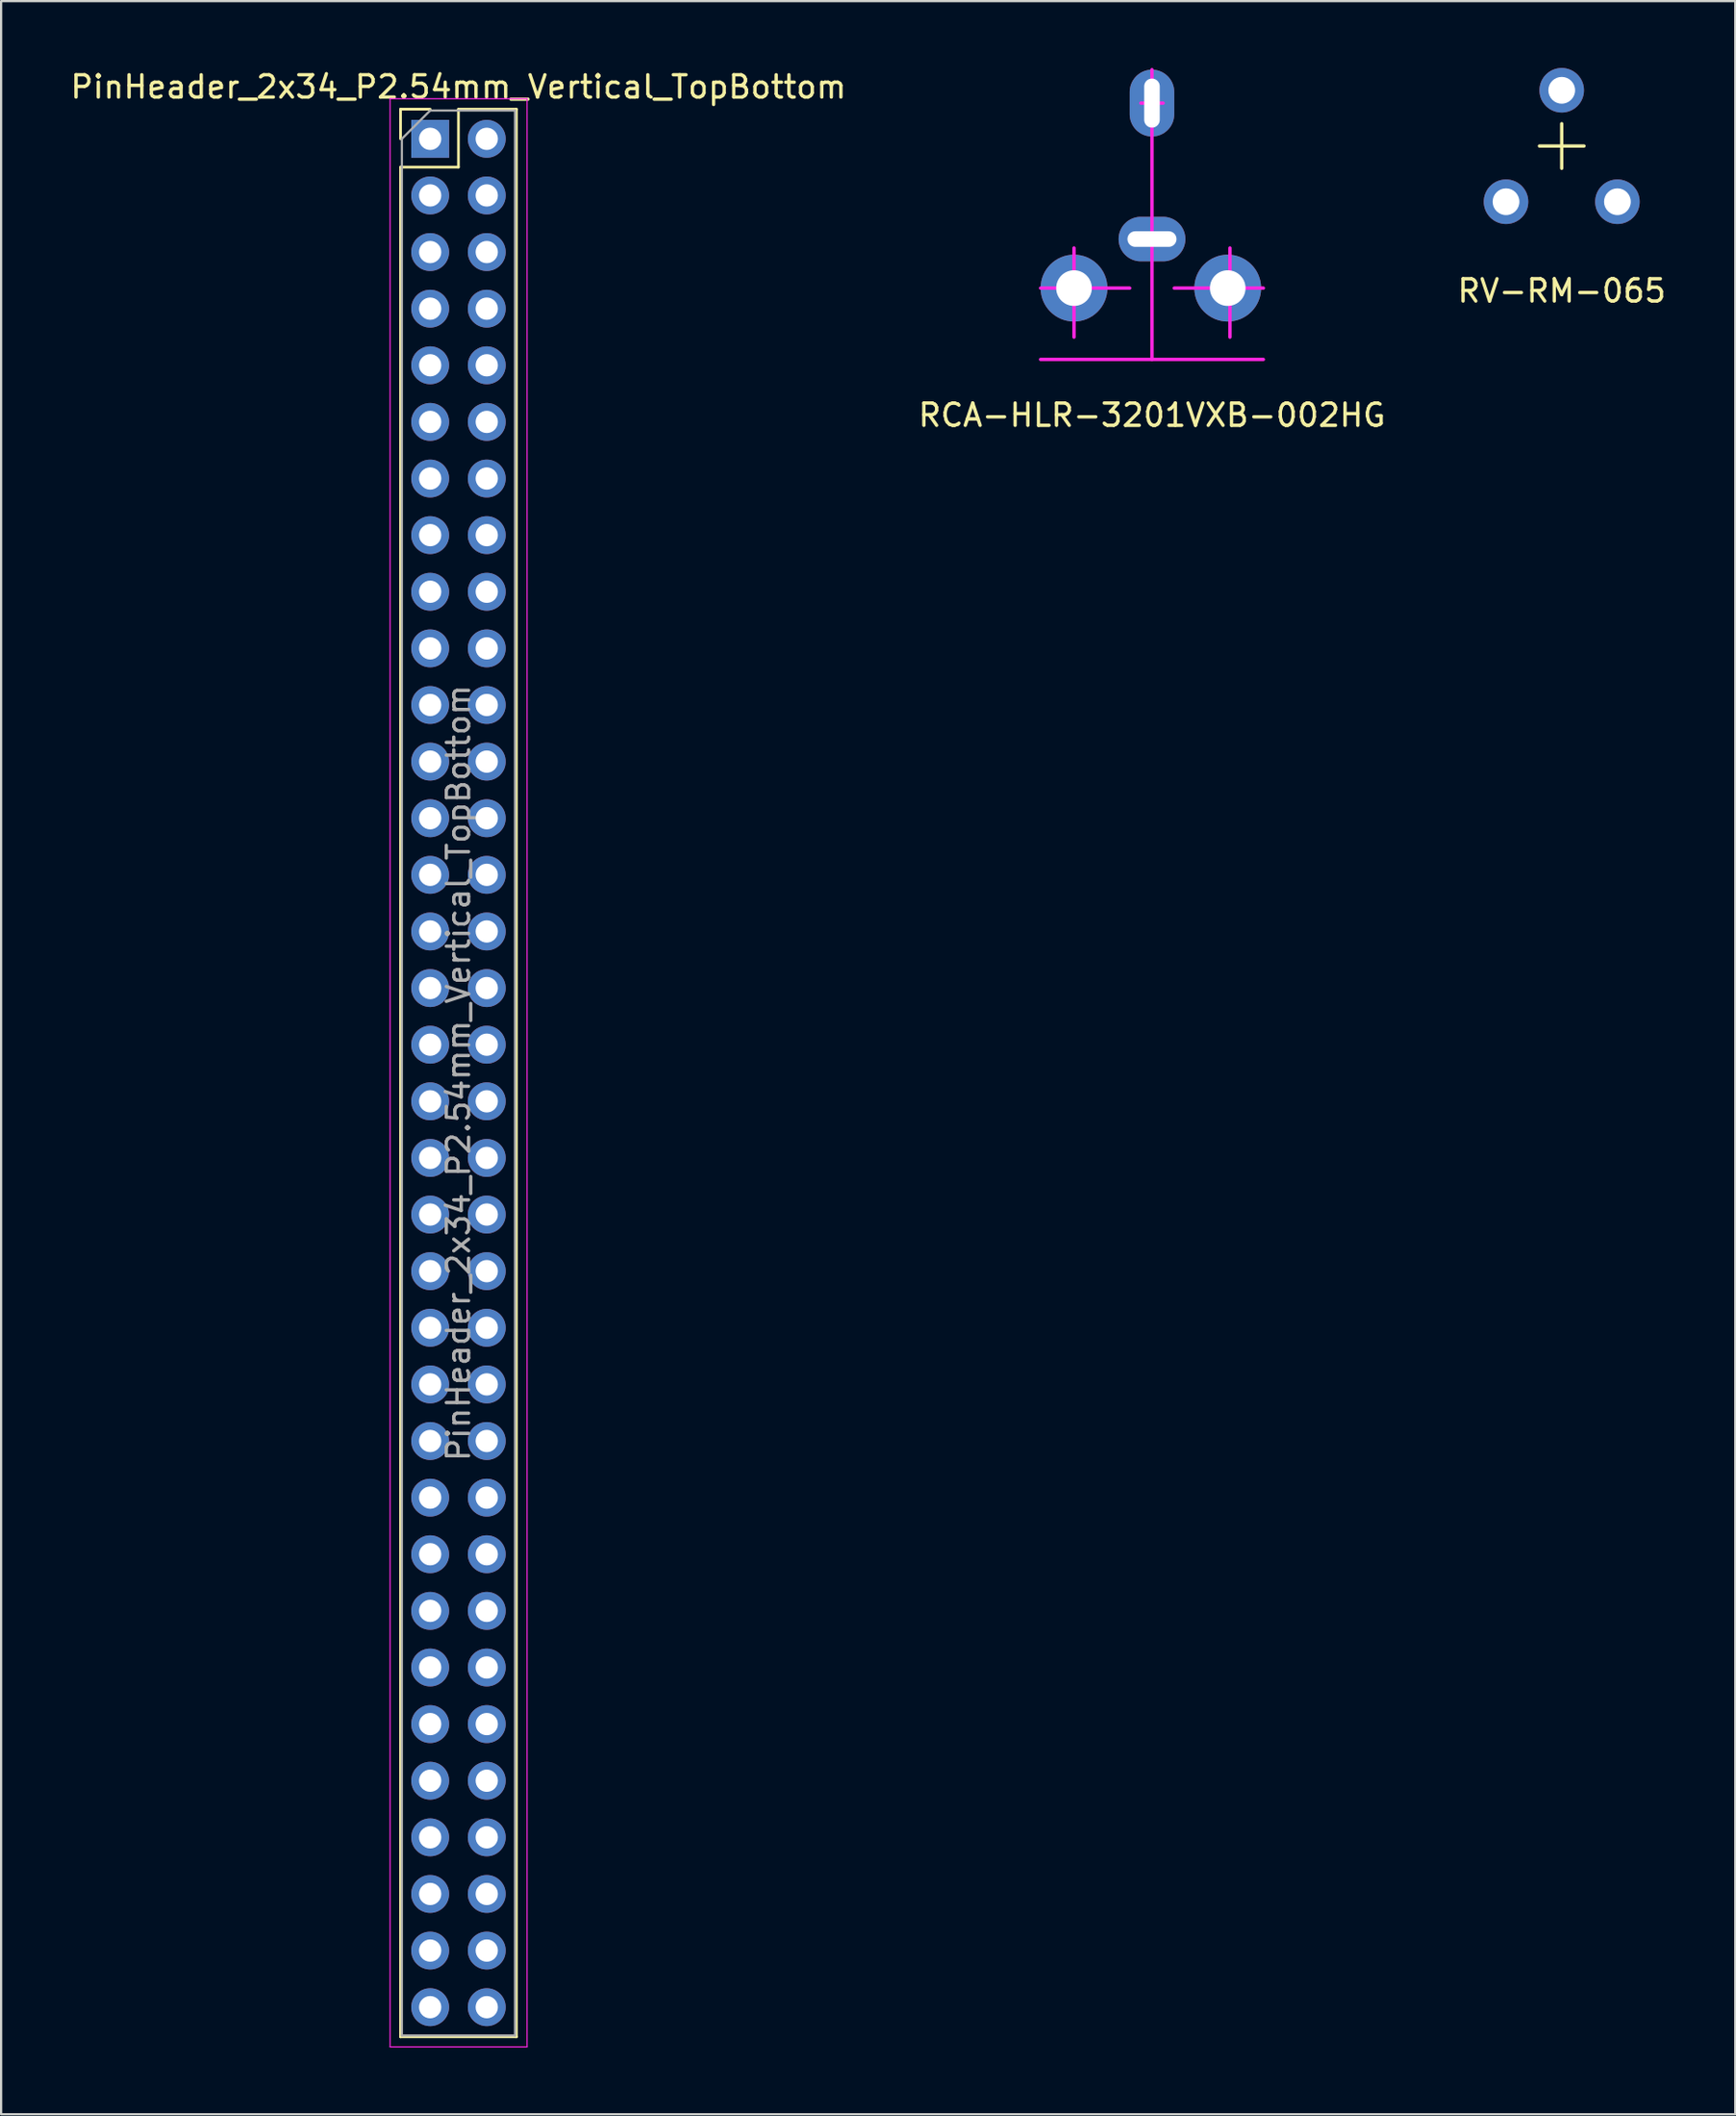
<source format=kicad_pcb>
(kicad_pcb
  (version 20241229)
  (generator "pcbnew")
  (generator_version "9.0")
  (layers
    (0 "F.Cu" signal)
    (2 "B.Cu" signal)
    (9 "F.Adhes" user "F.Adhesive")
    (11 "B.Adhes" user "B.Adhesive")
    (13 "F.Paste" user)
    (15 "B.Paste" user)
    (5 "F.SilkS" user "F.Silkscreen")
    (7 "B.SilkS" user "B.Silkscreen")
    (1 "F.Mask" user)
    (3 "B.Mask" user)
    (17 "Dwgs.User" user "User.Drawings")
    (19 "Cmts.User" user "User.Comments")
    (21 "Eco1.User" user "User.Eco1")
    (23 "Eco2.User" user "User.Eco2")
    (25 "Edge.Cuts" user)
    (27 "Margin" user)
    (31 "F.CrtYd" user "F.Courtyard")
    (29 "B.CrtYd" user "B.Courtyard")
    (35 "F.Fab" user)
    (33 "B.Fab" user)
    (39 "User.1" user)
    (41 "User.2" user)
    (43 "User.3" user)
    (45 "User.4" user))
  (footprint "RV-RM-065"
    (layer "F.Cu")
    (at 67.054 6)
    (property "Reference" "RV-RM-065" (at 0 4 0) (layer "F.SilkS") (effects (font (size 1 1) (thickness 0.15))))
    (attr through_hole)
    (fp_line (start -1 -2.5) (end 1 -2.5) (stroke (width 0.15) (type solid)) (layer "F.SilkS"))
    (fp_line (start 0 -3.5) (end 0 -1.5) (stroke (width 0.15) (type solid)) (layer "F.SilkS"))
    (pad "1" thru_hole circle (at -2.5 0) (size 2 2) (drill 1.2) (layers "*.Cu" "*.Mask"))
    (pad "2" thru_hole circle (at 0 -5) (size 2 2) (drill 1.2) (layers "*.Cu" "*.Mask"))
    (pad "3" thru_hole circle (at 2.5 0) (size 2 2) (drill 1.2) (layers "*.Cu" "*.Mask")))
  (footprint "PinHeader_2x34_P2.54mm_Vertical_TopBottom"
    (layer "F.Cu")
    (at 16.26 3.178)
    (property "Reference" "PinHeader_2x34_P2.54mm_Vertical_TopBottom" (at 1.27 -2.33 0) (layer "F.SilkS") (effects (font (size 1 1) (thickness 0.15))))
    (attr through_hole)
    (fp_line (start -1.33 -1.33) (end 0 -1.33) (stroke (width 0.12) (type solid)) (layer "F.SilkS"))
    (fp_line (start -1.33 0) (end -1.33 -1.33) (stroke (width 0.12) (type solid)) (layer "F.SilkS"))
    (fp_line (start -1.33 1.27) (end -1.33 85.15) (stroke (width 0.12) (type solid)) (layer "F.SilkS"))
    (fp_line (start -1.33 1.27) (end 1.27 1.27) (stroke (width 0.12) (type solid)) (layer "F.SilkS"))
    (fp_line (start -1.33 85.15) (end 3.87 85.15) (stroke (width 0.12) (type solid)) (layer "F.SilkS"))
    (fp_line (start 1.27 -1.33) (end 3.87 -1.33) (stroke (width 0.12) (type solid)) (layer "F.SilkS"))
    (fp_line (start 1.27 1.27) (end 1.27 -1.33) (stroke (width 0.12) (type solid)) (layer "F.SilkS"))
    (fp_line (start 3.87 -1.33) (end 3.87 85.15) (stroke (width 0.12) (type solid)) (layer "F.SilkS"))
    (fp_line (start -1.8 -1.8) (end -1.8 85.6) (stroke (width 0.05) (type solid)) (layer "F.CrtYd"))
    (fp_line (start -1.8 85.6) (end 4.35 85.6) (stroke (width 0.05) (type solid)) (layer "F.CrtYd"))
    (fp_line (start 4.35 -1.8) (end -1.8 -1.8) (stroke (width 0.05) (type solid)) (layer "F.CrtYd"))
    (fp_line (start 4.35 85.6) (end 4.35 -1.8) (stroke (width 0.05) (type solid)) (layer "F.CrtYd"))
    (fp_line (start -1.27 0) (end 0 -1.27) (stroke (width 0.1) (type solid)) (layer "F.Fab"))
    (fp_line (start -1.27 85.09) (end -1.27 0) (stroke (width 0.1) (type solid)) (layer "F.Fab"))
    (fp_line (start 0 -1.27) (end 3.81 -1.27) (stroke (width 0.1) (type solid)) (layer "F.Fab"))
    (fp_line (start 3.81 -1.27) (end 3.81 85.09) (stroke (width 0.1) (type solid)) (layer "F.Fab"))
    (fp_line (start 3.81 85.09) (end -1.27 85.09) (stroke (width 0.1) (type solid)) (layer "F.Fab"))
    (fp_text user "${REFERENCE}" (at 1.27 41.91 90) (layer "F.Fab") (effects (font (size 1 1) (thickness 0.15))))
    (pad "1" thru_hole rect (at 0 0) (size 1.7 1.7) (drill 1) (layers "*.Cu" "*.Mask"))
    (pad "2" thru_hole oval (at 0 2.54) (size 1.7 1.7) (drill 1) (layers "*.Cu" "*.Mask"))
    (pad "3" thru_hole oval (at 0 5.08) (size 1.7 1.7) (drill 1) (layers "*.Cu" "*.Mask"))
    (pad "4" thru_hole oval (at 0 7.62) (size 1.7 1.7) (drill 1) (layers "*.Cu" "*.Mask"))
    (pad "5" thru_hole oval (at 0 10.16) (size 1.7 1.7) (drill 1) (layers "*.Cu" "*.Mask"))
    (pad "6" thru_hole oval (at 0 12.7) (size 1.7 1.7) (drill 1) (layers "*.Cu" "*.Mask"))
    (pad "7" thru_hole oval (at 0 15.24) (size 1.7 1.7) (drill 1) (layers "*.Cu" "*.Mask"))
    (pad "8" thru_hole oval (at 0 17.78) (size 1.7 1.7) (drill 1) (layers "*.Cu" "*.Mask"))
    (pad "9" thru_hole oval (at 0 20.32) (size 1.7 1.7) (drill 1) (layers "*.Cu" "*.Mask"))
    (pad "10" thru_hole oval (at 0 22.86) (size 1.7 1.7) (drill 1) (layers "*.Cu" "*.Mask"))
    (pad "11" thru_hole oval (at 0 25.4) (size 1.7 1.7) (drill 1) (layers "*.Cu" "*.Mask"))
    (pad "12" thru_hole oval (at 0 27.94) (size 1.7 1.7) (drill 1) (layers "*.Cu" "*.Mask"))
    (pad "13" thru_hole oval (at 0 30.48) (size 1.7 1.7) (drill 1) (layers "*.Cu" "*.Mask"))
    (pad "14" thru_hole oval (at 0 33.02) (size 1.7 1.7) (drill 1) (layers "*.Cu" "*.Mask"))
    (pad "15" thru_hole oval (at 0 35.56) (size 1.7 1.7) (drill 1) (layers "*.Cu" "*.Mask"))
    (pad "16" thru_hole oval (at 0 38.1) (size 1.7 1.7) (drill 1) (layers "*.Cu" "*.Mask"))
    (pad "17" thru_hole oval (at 0 40.64) (size 1.7 1.7) (drill 1) (layers "*.Cu" "*.Mask"))
    (pad "18" thru_hole oval (at 0 43.18) (size 1.7 1.7) (drill 1) (layers "*.Cu" "*.Mask"))
    (pad "19" thru_hole oval (at 0 45.72) (size 1.7 1.7) (drill 1) (layers "*.Cu" "*.Mask"))
    (pad "20" thru_hole oval (at 0 48.26) (size 1.7 1.7) (drill 1) (layers "*.Cu" "*.Mask"))
    (pad "21" thru_hole oval (at 0 50.8) (size 1.7 1.7) (drill 1) (layers "*.Cu" "*.Mask"))
    (pad "22" thru_hole oval (at 0 53.34) (size 1.7 1.7) (drill 1) (layers "*.Cu" "*.Mask"))
    (pad "23" thru_hole oval (at 0 55.88) (size 1.7 1.7) (drill 1) (layers "*.Cu" "*.Mask"))
    (pad "24" thru_hole oval (at 0 58.42) (size 1.7 1.7) (drill 1) (layers "*.Cu" "*.Mask"))
    (pad "25" thru_hole oval (at 0 60.96) (size 1.7 1.7) (drill 1) (layers "*.Cu" "*.Mask"))
    (pad "26" thru_hole oval (at 0 63.5) (size 1.7 1.7) (drill 1) (layers "*.Cu" "*.Mask"))
    (pad "27" thru_hole oval (at 0 66.04) (size 1.7 1.7) (drill 1) (layers "*.Cu" "*.Mask"))
    (pad "28" thru_hole oval (at 0 68.58) (size 1.7 1.7) (drill 1) (layers "*.Cu" "*.Mask"))
    (pad "29" thru_hole oval (at 0 71.12) (size 1.7 1.7) (drill 1) (layers "*.Cu" "*.Mask"))
    (pad "30" thru_hole oval (at 0 73.66) (size 1.7 1.7) (drill 1) (layers "*.Cu" "*.Mask"))
    (pad "31" thru_hole oval (at 0 76.2) (size 1.7 1.7) (drill 1) (layers "*.Cu" "*.Mask"))
    (pad "32" thru_hole oval (at 0 78.74) (size 1.7 1.7) (drill 1) (layers "*.Cu" "*.Mask"))
    (pad "33" thru_hole oval (at 0 81.28) (size 1.7 1.7) (drill 1) (layers "*.Cu" "*.Mask"))
    (pad "34" thru_hole oval (at 0 83.82) (size 1.7 1.7) (drill 1) (layers "*.Cu" "*.Mask"))
    (pad "35" thru_hole oval (at 2.54 0) (size 1.7 1.7) (drill 1) (layers "*.Cu" "*.Mask"))
    (pad "36" thru_hole oval (at 2.54 2.54) (size 1.7 1.7) (drill 1) (layers "*.Cu" "*.Mask"))
    (pad "37" thru_hole oval (at 2.54 5.08) (size 1.7 1.7) (drill 1) (layers "*.Cu" "*.Mask"))
    (pad "38" thru_hole oval (at 2.54 7.62) (size 1.7 1.7) (drill 1) (layers "*.Cu" "*.Mask"))
    (pad "39" thru_hole oval (at 2.54 10.16) (size 1.7 1.7) (drill 1) (layers "*.Cu" "*.Mask"))
    (pad "40" thru_hole oval (at 2.54 12.7) (size 1.7 1.7) (drill 1) (layers "*.Cu" "*.Mask"))
    (pad "41" thru_hole oval (at 2.54 15.24) (size 1.7 1.7) (drill 1) (layers "*.Cu" "*.Mask"))
    (pad "42" thru_hole oval (at 2.54 17.78) (size 1.7 1.7) (drill 1) (layers "*.Cu" "*.Mask"))
    (pad "43" thru_hole oval (at 2.54 20.32) (size 1.7 1.7) (drill 1) (layers "*.Cu" "*.Mask"))
    (pad "44" thru_hole oval (at 2.54 22.86) (size 1.7 1.7) (drill 1) (layers "*.Cu" "*.Mask"))
    (pad "45" thru_hole oval (at 2.54 25.4) (size 1.7 1.7) (drill 1) (layers "*.Cu" "*.Mask"))
    (pad "46" thru_hole oval (at 2.54 27.94) (size 1.7 1.7) (drill 1) (layers "*.Cu" "*.Mask"))
    (pad "47" thru_hole oval (at 2.54 30.48) (size 1.7 1.7) (drill 1) (layers "*.Cu" "*.Mask"))
    (pad "48" thru_hole oval (at 2.54 33.02) (size 1.7 1.7) (drill 1) (layers "*.Cu" "*.Mask"))
    (pad "49" thru_hole oval (at 2.54 35.56) (size 1.7 1.7) (drill 1) (layers "*.Cu" "*.Mask"))
    (pad "50" thru_hole oval (at 2.54 38.1) (size 1.7 1.7) (drill 1) (layers "*.Cu" "*.Mask"))
    (pad "51" thru_hole oval (at 2.54 40.64) (size 1.7 1.7) (drill 1) (layers "*.Cu" "*.Mask"))
    (pad "52" thru_hole oval (at 2.54 43.18) (size 1.7 1.7) (drill 1) (layers "*.Cu" "*.Mask"))
    (pad "53" thru_hole oval (at 2.54 45.72) (size 1.7 1.7) (drill 1) (layers "*.Cu" "*.Mask"))
    (pad "54" thru_hole oval (at 2.54 48.26) (size 1.7 1.7) (drill 1) (layers "*.Cu" "*.Mask"))
    (pad "55" thru_hole oval (at 2.54 50.8) (size 1.7 1.7) (drill 1) (layers "*.Cu" "*.Mask"))
    (pad "56" thru_hole oval (at 2.54 53.34) (size 1.7 1.7) (drill 1) (layers "*.Cu" "*.Mask"))
    (pad "57" thru_hole oval (at 2.54 55.88) (size 1.7 1.7) (drill 1) (layers "*.Cu" "*.Mask"))
    (pad "58" thru_hole oval (at 2.54 58.42) (size 1.7 1.7) (drill 1) (layers "*.Cu" "*.Mask"))
    (pad "59" thru_hole oval (at 2.54 60.96) (size 1.7 1.7) (drill 1) (layers "*.Cu" "*.Mask"))
    (pad "60" thru_hole oval (at 2.54 63.5) (size 1.7 1.7) (drill 1) (layers "*.Cu" "*.Mask"))
    (pad "61" thru_hole oval (at 2.54 66.04) (size 1.7 1.7) (drill 1) (layers "*.Cu" "*.Mask"))
    (pad "62" thru_hole oval (at 2.54 68.58) (size 1.7 1.7) (drill 1) (layers "*.Cu" "*.Mask"))
    (pad "63" thru_hole oval (at 2.54 71.12) (size 1.7 1.7) (drill 1) (layers "*.Cu" "*.Mask"))
    (pad "64" thru_hole oval (at 2.54 73.66) (size 1.7 1.7) (drill 1) (layers "*.Cu" "*.Mask"))
    (pad "65" thru_hole oval (at 2.54 76.2) (size 1.7 1.7) (drill 1) (layers "*.Cu" "*.Mask"))
    (pad "66" thru_hole oval (at 2.54 78.74) (size 1.7 1.7) (drill 1) (layers "*.Cu" "*.Mask"))
    (pad "67" thru_hole oval (at 2.54 81.28) (size 1.7 1.7) (drill 1) (layers "*.Cu" "*.Mask"))
    (pad "68" thru_hole oval (at 2.54 83.82) (size 1.7 1.7) (drill 1) (layers "*.Cu" "*.Mask")))
  (footprint "RCA-HLR-3201VXB-002HG"
    (layer "F.Cu")
    (at 48.661 13.075)
    (property "Reference" "RCA-HLR-3201VXB-002HG" (at 0 2.5 0) (layer "F.SilkS") (effects (font (size 1 1) (thickness 0.15))))
    (attr through_hole)
    (fp_line (start -5 -3.2) (end -1 -3.2) (stroke (width 0.15) (type solid)) (layer "F.CrtYd"))
    (fp_line (start -5 0) (end 5 0) (stroke (width 0.15) (type solid)) (layer "F.CrtYd"))
    (fp_line (start -3.5 -5) (end -3.5 -1) (stroke (width 0.15) (type solid)) (layer "F.CrtYd"))
    (fp_line (start -0.5 -11.5) (end 0.5 -11.5) (stroke (width 0.15) (type solid)) (layer "F.CrtYd"))
    (fp_line (start -0.2 -5.4) (end 0.2 -5.4) (stroke (width 0.15) (type solid)) (layer "F.CrtYd"))
    (fp_line (start 0 0) (end 0 -13) (stroke (width 0.15) (type solid)) (layer "F.CrtYd"))
    (fp_line (start 1 -3.2) (end 5 -3.2) (stroke (width 0.15) (type solid)) (layer "F.CrtYd"))
    (fp_line (start 3.5 -5) (end 3.5 -1) (stroke (width 0.15) (type solid)) (layer "F.CrtYd"))
    (pad "" thru_hole circle (at -3.5 -3.2) (size 3 3) (drill 1.6) (layers "*.Cu" "*.Mask"))
    (pad "" thru_hole circle (at 3.4 -3.2) (size 3 3) (drill 1.6) (layers "*.Cu" "*.Mask"))
    (pad "1" thru_hole oval (at 0 -11.5) (size 2 3) (drill oval 0.7 2.2) (layers "*.Cu" "*.Mask"))
    (pad "2" thru_hole oval (at 0 -5.4) (size 3 2) (drill oval 2.2 0.7) (layers "*.Cu" "*.Mask")))
  (gr_rect
    (start -3 -3)
    (end 74.845 91.803)
    (stroke (width 0.1) (type default))
    (fill no)
    (layer "Edge.Cuts")))
</source>
